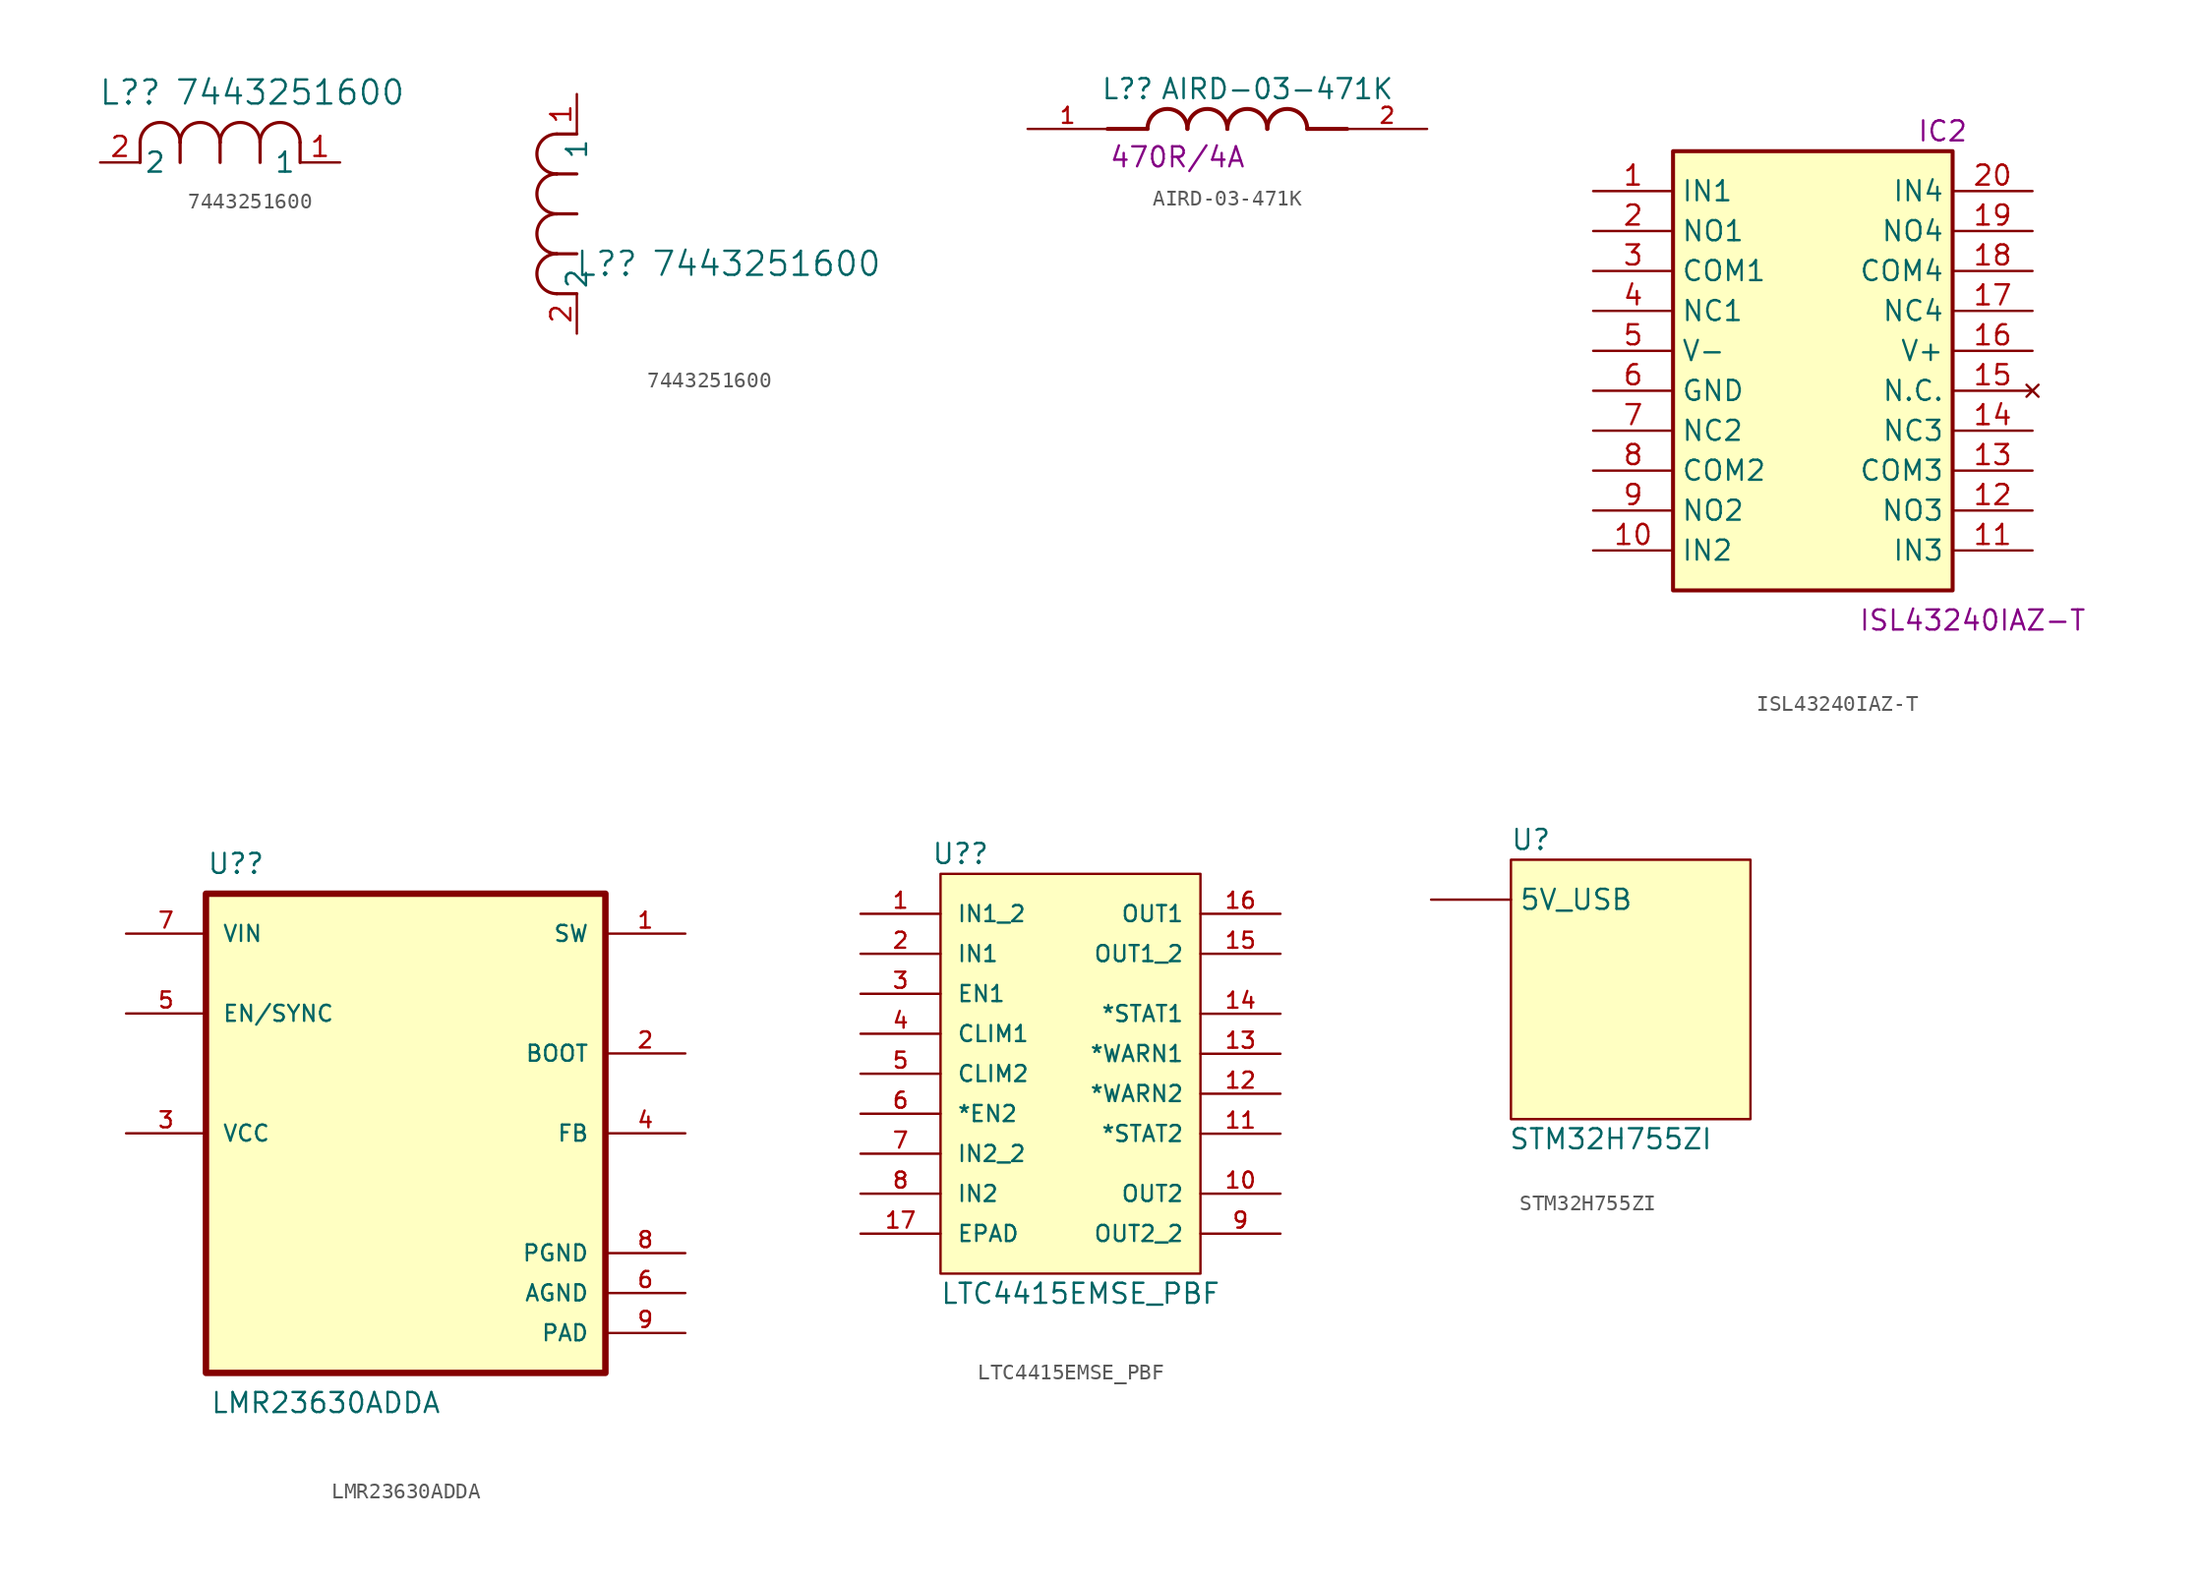
<source format=kicad_sym>
(kicad_symbol_lib
  (version 20211014)
  (generator kicad_symbol_editor)
  (symbol "7443251600"
    (pin_names
      (offset 0.254))
    (property "Reference" "L?"
      (at 1.905 4.445 0)
      (effects (font (size 1.524 1.524))))
    (property "Value" "7443251600"
      (at 12.065 4.445 0)
      (effects (font (size 1.524 1.524))))
    (property "ki_locked" ""
      (at 0 0 0)
      (effects (font (size 1.27 1.27))))
    (symbol "7443251600_1_1"
      (polyline (pts (xy 2.54 0) (xy 2.54 1.27)) (stroke (width 0.203) (type default) (color 0 0 0 0)) (fill (type none)))
      (polyline (pts (xy 5.08 0) (xy 5.08 1.27)) (stroke (width 0.203) (type default) (color 0 0 0 0)) (fill (type none)))
      (polyline (pts (xy 7.62 0) (xy 7.62 1.27)) (stroke (width 0.203) (type default) (color 0 0 0 0)) (fill (type none)))
      (polyline (pts (xy 10.16 0) (xy 10.16 1.27)) (stroke (width 0.203) (type default) (color 0 0 0 0)) (fill (type none)))
      (polyline (pts (xy 12.7 0) (xy 12.7 1.27)) (stroke (width 0.203) (type default) (color 0 0 0 0)) (fill (type none)))
      (arc (start 5.08 1.27) (mid 3.81 2.54) (end 2.54 1.27) (stroke (width 0.2032) (type default) (color 0 0 0 0)) (fill (type none)))
      (arc (start 7.62 1.27) (mid 6.35 2.54) (end 5.08 1.27) (stroke (width 0.2032) (type default) (color 0 0 0 0)) (fill (type none)))
      (arc (start 10.16 1.27) (mid 8.89 2.54) (end 7.62 1.27) (stroke (width 0.2032) (type default) (color 0 0 0 0)) (fill (type none)))
      (arc (start 12.7 1.27) (mid 11.43 2.54) (end 10.16 1.27) (stroke (width 0.2032) (type default) (color 0 0 0 0)) (fill (type none)))
      (pin unspecified line (at 15.24 0 180) (length 2.54) (name "1" (effects (font (size 1.27 1.27)))) (number "1" (effects (font (size 1.27 1.27)))))
      (pin unspecified line (at 0 0 0) (length 2.54) (name "2" (effects (font (size 1.27 1.27)))) (number "2" (effects (font (size 1.27 1.27))))))
    (symbol "7443251600_1_2"
      (arc (start -1.27 5.08) (mid -2.54 3.81) (end -1.27 2.54) (stroke (width 0.2032) (type default) (color 0 0 0 0)) (fill (type none)))
      (arc (start -1.27 7.62) (mid -2.54 6.35) (end -1.27 5.08) (stroke (width 0.2032) (type default) (color 0 0 0 0)) (fill (type none)))
      (arc (start -1.27 10.16) (mid -2.54 8.89) (end -1.27 7.62) (stroke (width 0.2032) (type default) (color 0 0 0 0)) (fill (type none)))
      (arc (start -1.27 12.7) (mid -2.54 11.43) (end -1.27 10.16) (stroke (width 0.2032) (type default) (color 0 0 0 0)) (fill (type none)))
      (polyline (pts (xy 0 2.54) (xy -1.27 2.54)) (stroke (width 0.203) (type default) (color 0 0 0 0)) (fill (type none)))
      (polyline (pts (xy 0 5.08) (xy -1.27 5.08)) (stroke (width 0.203) (type default) (color 0 0 0 0)) (fill (type none)))
      (polyline (pts (xy 0 7.62) (xy -1.27 7.62)) (stroke (width 0.203) (type default) (color 0 0 0 0)) (fill (type none)))
      (polyline (pts (xy 0 10.16) (xy -1.27 10.16)) (stroke (width 0.203) (type default) (color 0 0 0 0)) (fill (type none)))
      (polyline (pts (xy 0 12.7) (xy -1.27 12.7)) (stroke (width 0.203) (type default) (color 0 0 0 0)) (fill (type none)))
      (pin unspecified line (at 0 15.24 270) (length 2.54) (name "1" (effects (font (size 1.27 1.27)))) (number "1" (effects (font (size 1.27 1.27)))))
      (pin unspecified line (at 0 0 90) (length 2.54) (name "2" (effects (font (size 1.27 1.27)))) (number "2" (effects (font (size 1.27 1.27)))))))
  (symbol "AIRD-03-471K"
    (pin_names
      (offset 1.016))
    (property "Reference" "L?"
      (at -6.35 2.54 0)
      (effects (font (size 1.27 1.27))))
    (property "Value" "AIRD-03-471K"
      (at 3.175 2.54 0)
      (effects (font (size 1.27 1.27))))
    (property "Description" "470R/4A"
      (at -3.175 -2.54 0)
      (effects (font (size 1.27 1.27)) (justify bottom)))
    (symbol "AIRD-03-471K_0_0"
      (arc (start -2.54 0) (mid -3.81 1.27) (end -5.08 0) (stroke (width 0.254) (type default) (color 0 0 0 0)) (fill (type none)))
      (arc (start 0 0) (mid -1.27 1.27) (end -2.54 0) (stroke (width 0.254) (type default) (color 0 0 0 0)) (fill (type none)))
      (polyline (pts (xy -5.08 0) (xy -7.62 0)) (stroke (width 0.254) (type default) (color 0 0 0 0)) (fill (type none)))
      (polyline (pts (xy 5.08 0) (xy 7.62 0)) (stroke (width 0.254) (type default) (color 0 0 0 0)) (fill (type none)))
      (arc (start 2.54 0) (mid 1.27 1.27) (end 0 0) (stroke (width 0.254) (type default) (color 0 0 0 0)) (fill (type none)))
      (arc (start 5.08 0) (mid 3.81 1.27) (end 2.54 0) (stroke (width 0.254) (type default) (color 0 0 0 0)) (fill (type none)))
      (pin passive line (at -12.7 0 0) (length 5.08) (name "~" (effects (font (size 1.016 1.016)))) (number "1" (effects (font (size 1.016 1.016)))))
      (pin passive line (at 12.7 0 180) (length 5.08) (name "~" (effects (font (size 1.016 1.016)))) (number "2" (effects (font (size 1.016 1.016)))))))
  (symbol "ISL43240IAZ-T"
    (property "Reference" "U?"
      (at 23.495 3.81 0)
      (effects (font (size 1.27 1.27)) hide))
    (property "Reference_1" "IC2"
      (at 22.225 3.81 0)
      (effects (font (size 1.27 1.27))))
    (property "Value_1" "ISL43240IAZ-T"
      (at 24.13 -27.305 0)
      (effects (font (size 1.27 1.27))))
    (symbol "ISL43240IAZ-T_1_1"
      (rectangle (start 5.08 2.54) (end 22.86 -25.4) (stroke (width 0.254) (type default) (color 0 0 0 0)) (fill (type background)))
      (pin passive line (at 0 0 0) (length 5.08) (name "IN1" (effects (font (size 1.27 1.27)))) (number "1" (effects (font (size 1.27 1.27)))))
      (pin passive line (at 0 -22.86 0) (length 5.08) (name "IN2" (effects (font (size 1.27 1.27)))) (number "10" (effects (font (size 1.27 1.27)))))
      (pin passive line (at 27.94 -22.86 180) (length 5.08) (name "IN3" (effects (font (size 1.27 1.27)))) (number "11" (effects (font (size 1.27 1.27)))))
      (pin passive line (at 27.94 -20.32 180) (length 5.08) (name "NO3" (effects (font (size 1.27 1.27)))) (number "12" (effects (font (size 1.27 1.27)))))
      (pin passive line (at 27.94 -17.78 180) (length 5.08) (name "COM3" (effects (font (size 1.27 1.27)))) (number "13" (effects (font (size 1.27 1.27)))))
      (pin passive line (at 27.94 -15.24 180) (length 5.08) (name "NC3" (effects (font (size 1.27 1.27)))) (number "14" (effects (font (size 1.27 1.27)))))
      (pin no_connect line (at 27.94 -12.7 180) (length 5.08) (name "N.C." (effects (font (size 1.27 1.27)))) (number "15" (effects (font (size 1.27 1.27)))))
      (pin passive line (at 27.94 -10.16 180) (length 5.08) (name "V+" (effects (font (size 1.27 1.27)))) (number "16" (effects (font (size 1.27 1.27)))))
      (pin passive line (at 27.94 -7.62 180) (length 5.08) (name "NC4" (effects (font (size 1.27 1.27)))) (number "17" (effects (font (size 1.27 1.27)))))
      (pin passive line (at 27.94 -5.08 180) (length 5.08) (name "COM4" (effects (font (size 1.27 1.27)))) (number "18" (effects (font (size 1.27 1.27)))))
      (pin passive line (at 27.94 -2.54 180) (length 5.08) (name "NO4" (effects (font (size 1.27 1.27)))) (number "19" (effects (font (size 1.27 1.27)))))
      (pin passive line (at 0 -2.54 0) (length 5.08) (name "NO1" (effects (font (size 1.27 1.27)))) (number "2" (effects (font (size 1.27 1.27)))))
      (pin passive line (at 27.94 0 180) (length 5.08) (name "IN4" (effects (font (size 1.27 1.27)))) (number "20" (effects (font (size 1.27 1.27)))))
      (pin passive line (at 0 -5.08 0) (length 5.08) (name "COM1" (effects (font (size 1.27 1.27)))) (number "3" (effects (font (size 1.27 1.27)))))
      (pin passive line (at 0 -7.62 0) (length 5.08) (name "NC1" (effects (font (size 1.27 1.27)))) (number "4" (effects (font (size 1.27 1.27)))))
      (pin passive line (at 0 -10.16 0) (length 5.08) (name "V-" (effects (font (size 1.27 1.27)))) (number "5" (effects (font (size 1.27 1.27)))))
      (pin passive line (at 0 -12.7 0) (length 5.08) (name "GND" (effects (font (size 1.27 1.27)))) (number "6" (effects (font (size 1.27 1.27)))))
      (pin passive line (at 0 -15.24 0) (length 5.08) (name "NC2" (effects (font (size 1.27 1.27)))) (number "7" (effects (font (size 1.27 1.27)))))
      (pin passive line (at 0 -17.78 0) (length 5.08) (name "COM2" (effects (font (size 1.27 1.27)))) (number "8" (effects (font (size 1.27 1.27)))))
      (pin passive line (at 0 -20.32 0) (length 5.08) (name "NO2" (effects (font (size 1.27 1.27)))) (number "9" (effects (font (size 1.27 1.27)))))))
  (symbol "LMR23630ADDA"
    (pin_names
      (offset 1.016))
    (property "Reference" "U?"
      (at -10.795 17.145 0)
      (effects (font (size 1.27 1.27))))
    (property "Value" "LMR23630ADDA"
      (at -5.08 -17.145 0)
      (effects (font (size 1.27 1.27))))
    (symbol "LMR23630ADDA_0_0"
      (rectangle (start -12.7 -15.24) (end 12.7 15.24) (stroke (width 0.41) (type default) (color 0 0 0 0)) (fill (type background)))
      (pin output line (at 17.78 12.7 180) (length 5.08) (name "SW" (effects (font (size 1.016 1.016)))) (number "1" (effects (font (size 1.016 1.016)))))
      (pin power_in line (at 17.78 5.08 180) (length 5.08) (name "BOOT" (effects (font (size 1.016 1.016)))) (number "2" (effects (font (size 1.016 1.016)))))
      (pin output line (at -17.78 0 0) (length 5.08) (name "VCC" (effects (font (size 1.016 1.016)))) (number "3" (effects (font (size 1.016 1.016)))))
      (pin input line (at 17.78 0 180) (length 5.08) (name "FB" (effects (font (size 1.016 1.016)))) (number "4" (effects (font (size 1.016 1.016)))))
      (pin input line (at -17.78 7.62 0) (length 5.08) (name "EN/SYNC" (effects (font (size 1.016 1.016)))) (number "5" (effects (font (size 1.016 1.016)))))
      (pin power_in line (at 17.78 -10.16 180) (length 5.08) (name "AGND" (effects (font (size 1.016 1.016)))) (number "6" (effects (font (size 1.016 1.016)))))
      (pin input line (at -17.78 12.7 0) (length 5.08) (name "VIN" (effects (font (size 1.016 1.016)))) (number "7" (effects (font (size 1.016 1.016)))))
      (pin power_in line (at 17.78 -7.62 180) (length 5.08) (name "PGND" (effects (font (size 1.016 1.016)))) (number "8" (effects (font (size 1.016 1.016)))))
      (pin power_in line (at 17.78 -12.7 180) (length 5.08) (name "PAD" (effects (font (size 1.016 1.016)))) (number "9" (effects (font (size 1.016 1.016)))))))
  (symbol "LTC4415EMSE_PBF"
    (pin_names
      (offset 1.016))
    (property "Reference" "U?"
      (at 8.89 3.81 0)
      (effects (font (size 1.27 1.27))))
    (property "Value" "LTC4415EMSE_PBF"
      (at 16.51 -24.13 0)
      (effects (font (size 1.27 1.27))))
    (symbol "LTC4415EMSE_PBF_0_0"
      (rectangle (start 7.62 2.54) (end 24.13 -22.86) (stroke (width 0.152) (type default) (color 0 0 0 0)) (fill (type background)))
      (pin input line (at 2.54 0 0) (length 5.08) (name "IN1_2" (effects (font (size 1.016 1.016)))) (number "1" (effects (font (size 1.016 1.016)))))
      (pin output line (at 29.21 -17.78 180) (length 5.08) (name "OUT2" (effects (font (size 1.016 1.016)))) (number "10" (effects (font (size 1.016 1.016)))))
      (pin output line (at 29.21 -13.97 180) (length 5.08) (name "*STAT2" (effects (font (size 1.016 1.016)))) (number "11" (effects (font (size 1.016 1.016)))))
      (pin output line (at 29.21 -11.43 180) (length 5.08) (name "*WARN2" (effects (font (size 1.016 1.016)))) (number "12" (effects (font (size 1.016 1.016)))))
      (pin output line (at 29.21 -8.89 180) (length 5.08) (name "*WARN1" (effects (font (size 1.016 1.016)))) (number "13" (effects (font (size 1.016 1.016)))))
      (pin output line (at 29.21 -6.35 180) (length 5.08) (name "*STAT1" (effects (font (size 1.016 1.016)))) (number "14" (effects (font (size 1.016 1.016)))))
      (pin output line (at 29.21 -2.54 180) (length 5.08) (name "OUT1_2" (effects (font (size 1.016 1.016)))) (number "15" (effects (font (size 1.016 1.016)))))
      (pin output line (at 29.21 0 180) (length 5.08) (name "OUT1" (effects (font (size 1.016 1.016)))) (number "16" (effects (font (size 1.016 1.016)))))
      (pin passive line (at 2.54 -20.32 0) (length 5.08) (name "EPAD" (effects (font (size 1.016 1.016)))) (number "17" (effects (font (size 1.016 1.016)))))
      (pin input line (at 2.54 -2.54 0) (length 5.08) (name "IN1" (effects (font (size 1.016 1.016)))) (number "2" (effects (font (size 1.016 1.016)))))
      (pin input line (at 2.54 -5.08 0) (length 5.08) (name "EN1" (effects (font (size 1.016 1.016)))) (number "3" (effects (font (size 1.016 1.016)))))
      (pin passive line (at 2.54 -7.62 0) (length 5.08) (name "CLIM1" (effects (font (size 1.016 1.016)))) (number "4" (effects (font (size 1.016 1.016)))))
      (pin passive line (at 2.54 -10.16 0) (length 5.08) (name "CLIM2" (effects (font (size 1.016 1.016)))) (number "5" (effects (font (size 1.016 1.016)))))
      (pin input line (at 2.54 -12.7 0) (length 5.08) (name "*EN2" (effects (font (size 1.016 1.016)))) (number "6" (effects (font (size 1.016 1.016)))))
      (pin input line (at 2.54 -15.24 0) (length 5.08) (name "IN2_2" (effects (font (size 1.016 1.016)))) (number "7" (effects (font (size 1.016 1.016)))))
      (pin input line (at 2.54 -17.78 0) (length 5.08) (name "IN2" (effects (font (size 1.016 1.016)))) (number "8" (effects (font (size 1.016 1.016)))))
      (pin output line (at 29.21 -20.32 180) (length 5.08) (name "OUT2_2" (effects (font (size 1.016 1.016)))) (number "9" (effects (font (size 1.016 1.016)))))))
  (symbol "STM32H755ZI"
    (property "Reference" "U"
      (at -6.35 8.89 0)
      (effects (font (size 1.27 1.27))))
    (property "Value" "STM32H755ZI"
      (at -1.27 -10.16 0)
      (effects (font (size 1.27 1.27))))
    (symbol "STM32H755ZI_0_1"
      (rectangle (start -7.62 7.62) (end 7.62 -8.89) (stroke (width 0) (type default) (color 0 0 0 0)) (fill (type background))))
    (symbol "STM32H755ZI_1_1"
      (pin power_in line (at -12.7 5.08 0) (length 5.08) (name "5V_USB" (effects (font (size 1.27 1.27)))) (number "" (effects (font (size 1.27 1.27))))))))
</source>
